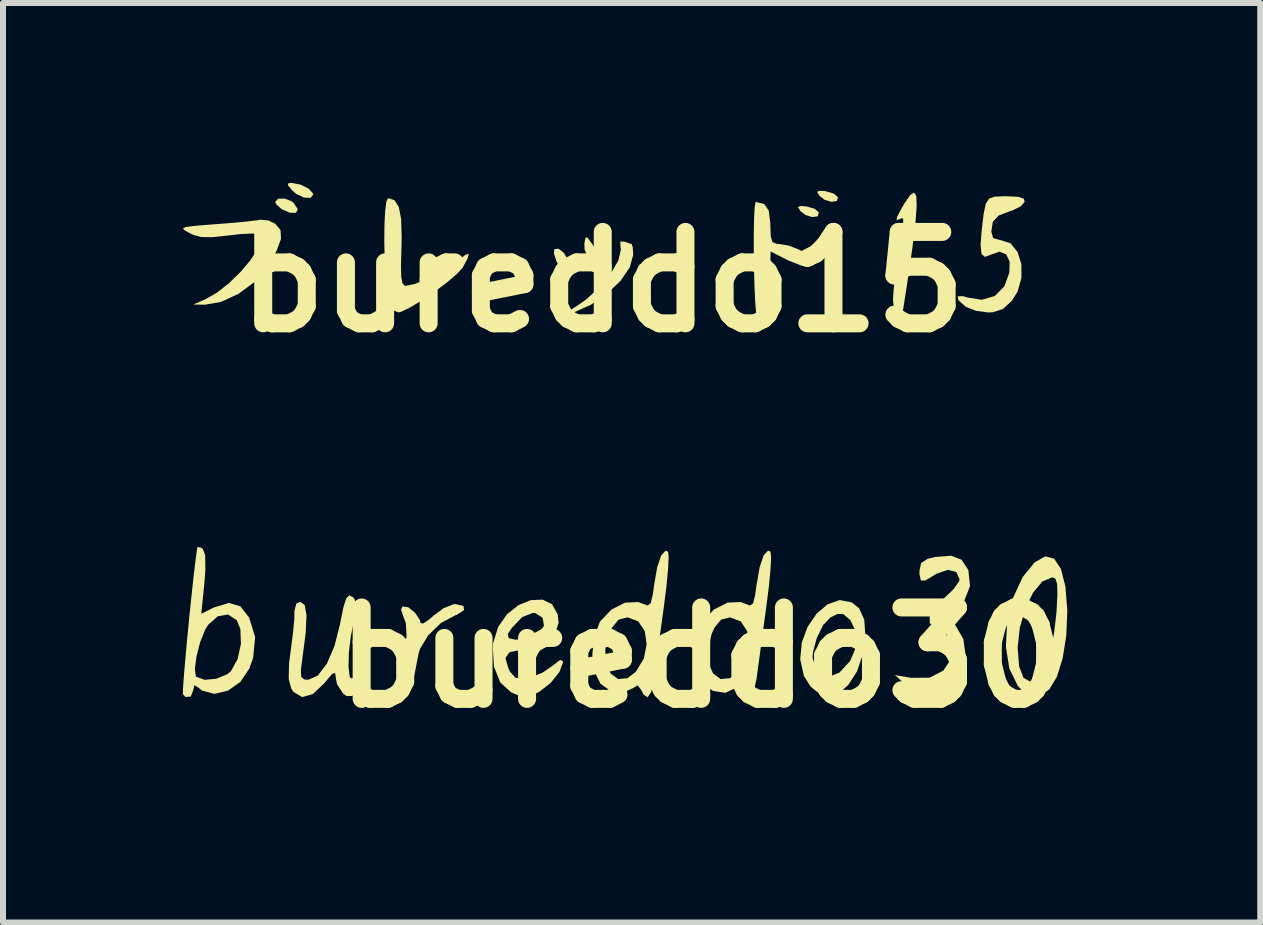
<source format=kicad_pcb>
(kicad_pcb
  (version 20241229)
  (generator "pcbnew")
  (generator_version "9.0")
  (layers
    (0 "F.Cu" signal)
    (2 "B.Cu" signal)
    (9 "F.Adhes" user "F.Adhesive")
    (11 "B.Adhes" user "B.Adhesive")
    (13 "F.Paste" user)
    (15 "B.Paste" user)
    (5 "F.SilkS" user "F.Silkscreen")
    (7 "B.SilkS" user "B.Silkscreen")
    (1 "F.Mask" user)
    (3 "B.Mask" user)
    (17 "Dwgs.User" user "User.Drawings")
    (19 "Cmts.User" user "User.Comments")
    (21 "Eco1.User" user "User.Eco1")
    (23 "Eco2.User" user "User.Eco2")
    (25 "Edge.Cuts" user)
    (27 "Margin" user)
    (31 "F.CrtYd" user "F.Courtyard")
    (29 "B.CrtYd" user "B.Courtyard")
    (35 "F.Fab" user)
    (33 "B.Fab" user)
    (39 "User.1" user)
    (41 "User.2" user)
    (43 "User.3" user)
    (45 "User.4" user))
  (footprint "bureddo30"
    (layer "F.Cu")
    (at 8.64 7.912)
    (property "Reference" "bureddo30" (at 0 0 0) (layer "F.SilkS") (effects (font (size 1.524 1.524) (thickness 0.3))))
    (attr board_only exclude_from_pos_files exclude_from_bom)
    (fp_poly (pts (xy -3.962 -0.86) (xy -3.953 -0.789) (xy -4.071 -0.713) (xy -4.103 -0.702) (xy -4.338 -0.576) (xy -4.55 -0.371) (xy -4.69 -0.14) (xy -4.712 -0.064) (xy -4.759 0.177) (xy -4.796 0.371) (xy -4.853 0.539) (xy -4.924 0.594) (xy -4.988 0.52) (xy -4.991 0.511) (xy -4.995 0.399) (xy -4.978 0.188) (xy -4.947 -0.053) (xy -4.912 -0.369) (xy -4.924 -0.574) (xy -4.961 -0.672) (xy -5.004 -0.798) (xy -4.98 -0.851) (xy -4.884 -0.838) (xy -4.769 -0.745) (xy -4.689 -0.624) (xy -4.679 -0.575) (xy -4.633 -0.567) (xy -4.519 -0.647) (xy -4.471 -0.692) (xy -4.293 -0.823) (xy -4.124 -0.889) (xy -4.099 -0.891)) (stroke (width 0) (type solid)) (fill yes) (layer "F.SilkS"))
    (fp_poly (pts (xy 2.508 -0.92) (xy 2.633 -0.821) (xy 2.719 -0.63) (xy 2.737 -0.359) (xy 2.695 -0.056) (xy 2.599 0.23) (xy 2.457 0.451) (xy 2.448 0.46) (xy 2.292 0.603) (xy 2.177 0.654) (xy 2.043 0.628) (xy 1.961 0.596) (xy 1.824 0.485) (xy 1.713 0.308) (xy 1.651 0.03) (xy 1.653 0.006) (xy 1.857 0.006) (xy 1.907 0.164) (xy 1.973 0.254) (xy 2.128 0.322) (xy 2.305 0.251) (xy 2.484 0.057) (xy 2.582 -0.178) (xy 2.583 -0.424) (xy 2.488 -0.62) (xy 2.483 -0.626) (xy 2.37 -0.723) (xy 2.273 -0.726) (xy 2.157 -0.67) (xy 2.034 -0.541) (xy 1.927 -0.326) (xy 1.864 -0.088) (xy 1.857 0.006) (xy 1.653 0.006) (xy 1.678 -0.251) (xy 1.775 -0.513) (xy 1.925 -0.732) (xy 2.109 -0.888) (xy 2.309 -0.958)) (stroke (width 0) (type solid)) (fill yes) (layer "F.SilkS"))
    (fp_poly (pts (xy 5.885 -1.647) (xy 5.998 -1.476) (xy 6.073 -1.181) (xy 6.104 -0.781) (xy 6.087 -0.363) (xy 6.026 0.016) (xy 5.93 0.323) (xy 5.808 0.525) (xy 5.769 0.558) (xy 5.582 0.655) (xy 5.433 0.628) (xy 5.282 0.478) (xy 5.138 0.186) (xy 5.083 -0.162) (xy 5.276 -0.162) (xy 5.301 0.148) (xy 5.373 0.338) (xy 5.48 0.4) (xy 5.61 0.328) (xy 5.75 0.114) (xy 5.758 0.097) (xy 5.824 -0.107) (xy 5.882 -0.4) (xy 5.92 -0.721) (xy 5.923 -0.751) (xy 5.939 -1.05) (xy 5.934 -1.228) (xy 5.906 -1.315) (xy 5.852 -1.337) (xy 5.689 -1.268) (xy 5.534 -1.083) (xy 5.403 -0.815) (xy 5.312 -0.495) (xy 5.276 -0.162) (xy 5.083 -0.162) (xy 5.08 -0.182) (xy 5.101 -0.587) (xy 5.196 -0.987) (xy 5.361 -1.343) (xy 5.56 -1.587) (xy 5.737 -1.687)) (stroke (width 0) (type solid)) (fill yes) (layer "F.SilkS"))
    (fp_poly (pts (xy 4.342 -1.63) (xy 4.452 -1.46) (xy 4.455 -1.45) (xy 4.482 -1.191) (xy 4.387 -0.947) (xy 4.238 -0.803) (xy 4.138 -0.728) (xy 4.146 -0.655) (xy 4.226 -0.559) (xy 4.37 -0.31) (xy 4.41 -0.032) (xy 4.358 0.24) (xy 4.224 0.47) (xy 4.022 0.624) (xy 3.812 0.668) (xy 3.649 0.62) (xy 3.464 0.502) (xy 3.439 0.481) (xy 3.231 0.293) (xy 3.501 0.339) (xy 3.81 0.336) (xy 4.04 0.216) (xy 4.163 0.028) (xy 4.187 -0.205) (xy 4.087 -0.393) (xy 3.936 -0.483) (xy 3.809 -0.574) (xy 3.812 -0.716) (xy 3.943 -0.895) (xy 4.048 -0.987) (xy 4.206 -1.137) (xy 4.298 -1.268) (xy 4.308 -1.305) (xy 4.252 -1.427) (xy 4.112 -1.461) (xy 3.927 -1.398) (xy 3.901 -1.382) (xy 3.738 -1.285) (xy 3.662 -1.285) (xy 3.64 -1.389) (xy 3.639 -1.445) (xy 3.667 -1.576) (xy 3.778 -1.647) (xy 3.899 -1.676) (xy 4.168 -1.697)) (stroke (width 0) (type solid)) (fill yes) (layer "F.SilkS"))
    (fp_poly (pts (xy -2.486 -0.888) (xy -2.392 -0.718) (xy -2.377 -0.581) (xy -2.444 -0.368) (xy -2.636 -0.216) (xy -2.936 -0.136) (xy -2.993 -0.131) (xy -3.194 -0.09) (xy -3.264 0.008) (xy -3.213 0.183) (xy -3.187 0.236) (xy -3.095 0.339) (xy -2.948 0.353) (xy -2.875 0.341) (xy -2.647 0.254) (xy -2.473 0.134) (xy -2.351 0.04) (xy -2.305 0.06) (xy -2.304 0.08) (xy -2.364 0.242) (xy -2.508 0.422) (xy -2.695 0.569) (xy -2.725 0.585) (xy -2.885 0.652) (xy -3.017 0.645) (xy -3.17 0.58) (xy -3.349 0.416) (xy -3.455 0.152) (xy -3.475 -0.175) (xy -3.468 -0.243) (xy -3.422 -0.39) (xy -3.224 -0.39) (xy -3.209 -0.323) (xy -3.099 -0.297) (xy -2.94 -0.309) (xy -2.778 -0.36) (xy -2.713 -0.398) (xy -2.621 -0.529) (xy -2.643 -0.662) (xy -2.763 -0.739) (xy -2.808 -0.743) (xy -2.983 -0.675) (xy -3.16 -0.49) (xy -3.224 -0.39) (xy -3.422 -0.39) (xy -3.386 -0.508) (xy -3.237 -0.721) (xy -3.046 -0.873) (xy -2.84 -0.957) (xy -2.644 -0.965)) (stroke (width 0) (type solid)) (fill yes) (layer "F.SilkS"))
    (fp_poly (pts (xy -5.801 -1.002) (xy -5.786 -0.989) (xy -5.745 -0.869) (xy -5.779 -0.648) (xy -5.788 -0.614) (xy -5.841 -0.357) (xy -5.873 -0.087) (xy -5.88 0.152) (xy -5.861 0.312) (xy -5.844 0.345) (xy -5.757 0.344) (xy -5.683 0.299) (xy -5.592 0.249) (xy -5.576 0.298) (xy -5.632 0.418) (xy -5.71 0.528) (xy -5.822 0.641) (xy -5.911 0.643) (xy -5.97 0.601) (xy -6.07 0.447) (xy -6.091 0.344) (xy -6.102 0.258) (xy -6.149 0.271) (xy -6.254 0.392) (xy -6.282 0.427) (xy -6.475 0.61) (xy -6.652 0.66) (xy -6.797 0.574) (xy -6.835 0.515) (xy -6.877 0.355) (xy -6.871 0.1) (xy -6.841 -0.134) (xy -6.805 -0.412) (xy -6.783 -0.647) (xy -6.781 -0.78) (xy -6.748 -0.903) (xy -6.684 -0.928) (xy -6.61 -0.875) (xy -6.58 -0.707) (xy -6.593 -0.416) (xy -6.644 -0.019) (xy -6.674 0.208) (xy -6.668 0.324) (xy -6.618 0.366) (xy -6.551 0.371) (xy -6.392 0.301) (xy -6.242 0.105) (xy -6.113 -0.193) (xy -6.023 -0.551) (xy -5.966 -0.832) (xy -5.918 -0.987) (xy -5.866 -1.037)) (stroke (width 0) (type solid)) (fill yes) (layer "F.SilkS"))
    (fp_poly (pts (xy -0.552 -1.765) (xy -0.542 -1.676) (xy -0.552 -1.471) (xy -0.58 -1.18) (xy -0.623 -0.839) (xy -0.675 -0.459) (xy -0.724 -0.102) (xy -0.763 0.19) (xy -0.785 0.353) (xy -0.832 0.574) (xy -0.895 0.663) (xy -0.965 0.613) (xy -0.997 0.545) (xy -1.058 0.465) (xy -1.131 0.507) (xy -1.306 0.589) (xy -1.512 0.556) (xy -1.678 0.438) (xy -1.779 0.233) (xy -1.815 -0.046) (xy -1.806 -0.135) (xy -1.599 -0.135) (xy -1.587 0.095) (xy -1.51 0.267) (xy -1.385 0.359) (xy -1.23 0.345) (xy -1.089 0.237) (xy -0.956 0.017) (xy -0.909 -0.221) (xy -0.941 -0.44) (xy -1.048 -0.602) (xy -1.222 -0.668) (xy -1.232 -0.668) (xy -1.377 -0.632) (xy -1.484 -0.501) (xy -1.532 -0.398) (xy -1.599 -0.135) (xy -1.806 -0.135) (xy -1.785 -0.341) (xy -1.69 -0.592) (xy -1.681 -0.606) (xy -1.494 -0.801) (xy -1.268 -0.915) (xy -1.05 -0.925) (xy -0.981 -0.899) (xy -0.894 -0.866) (xy -0.842 -0.905) (xy -0.808 -1.043) (xy -0.785 -1.209) (xy -0.733 -1.507) (xy -0.666 -1.704) (xy -0.594 -1.782)) (stroke (width 0) (type solid)) (fill yes) (layer "F.SilkS"))
    (fp_poly (pts (xy 1.156 -1.765) (xy 1.166 -1.676) (xy 1.156 -1.471) (xy 1.128 -1.18) (xy 1.085 -0.839) (xy 1.033 -0.459) (xy 0.985 -0.102) (xy 0.945 0.19) (xy 0.923 0.353) (xy 0.876 0.574) (xy 0.813 0.663) (xy 0.743 0.613) (xy 0.711 0.545) (xy 0.65 0.465) (xy 0.577 0.507) (xy 0.402 0.589) (xy 0.196 0.556) (xy 0.03 0.438) (xy -0.071 0.233) (xy -0.107 -0.046) (xy -0.098 -0.135) (xy 0.109 -0.135) (xy 0.122 0.095) (xy 0.199 0.267) (xy 0.323 0.359) (xy 0.478 0.345) (xy 0.619 0.237) (xy 0.752 0.017) (xy 0.799 -0.221) (xy 0.767 -0.44) (xy 0.66 -0.602) (xy 0.486 -0.668) (xy 0.476 -0.668) (xy 0.332 -0.632) (xy 0.224 -0.501) (xy 0.176 -0.398) (xy 0.109 -0.135) (xy -0.098 -0.135) (xy -0.077 -0.341) (xy 0.018 -0.592) (xy 0.027 -0.606) (xy 0.214 -0.801) (xy 0.44 -0.915) (xy 0.658 -0.925) (xy 0.728 -0.899) (xy 0.814 -0.866) (xy 0.866 -0.905) (xy 0.9 -1.043) (xy 0.923 -1.209) (xy 0.975 -1.507) (xy 1.042 -1.704) (xy 1.114 -1.782)) (stroke (width 0) (type solid)) (fill yes) (layer "F.SilkS"))
    (fp_poly (pts (xy -8.343 -1.833) (xy -8.311 -1.815) (xy -8.269 -1.707) (xy -8.266 -1.458) (xy -8.282 -1.248) (xy -8.334 -0.73) (xy -8.122 -0.835) (xy -7.873 -0.91) (xy -7.683 -0.854) (xy -7.537 -0.666) (xy -7.436 -0.341) (xy -7.47 0.005) (xy -7.532 0.182) (xy -7.682 0.406) (xy -7.889 0.552) (xy -8.115 0.606) (xy -8.319 0.552) (xy -8.378 0.505) (xy -8.45 0.461) (xy -8.467 0.542) (xy -8.51 0.651) (xy -8.597 0.658) (xy -8.64 0.613) (xy -8.64 0.531) (xy -8.626 0.332) (xy -8.614 0.188) (xy -8.441 0.188) (xy -8.425 0.312) (xy -8.418 0.321) (xy -8.278 0.372) (xy -8.082 0.354) (xy -7.9 0.278) (xy -7.841 0.229) (xy -7.728 0.026) (xy -7.673 -0.23) (xy -7.683 -0.477) (xy -7.743 -0.622) (xy -7.888 -0.717) (xy -8.059 -0.688) (xy -8.218 -0.547) (xy -8.272 -0.459) (xy -8.355 -0.25) (xy -8.414 -0.017) (xy -8.441 0.188) (xy -8.614 0.188) (xy -8.602 0.046) (xy -8.571 -0.297) (xy -8.535 -0.666) (xy -8.497 -1.032) (xy -8.461 -1.364) (xy -8.429 -1.632) (xy -8.405 -1.806) (xy -8.398 -1.843)) (stroke (width 0) (type solid)) (fill yes) (layer "F.SilkS")))
  (footprint "bureddo15"
    (layer "F.Cu")
    (at 6.999 1.651)
    (property "Reference" "bureddo15" (at 0 0 0) (layer "F.SilkS") (effects (font (size 1.524 1.524) (thickness 0.3))))
    (attr board_only exclude_from_pos_files exclude_from_bom)
    (fp_poly (pts (xy 3.396 -1.26) (xy 3.536 -1.219) (xy 3.604 -1.159) (xy 3.584 -1.095) (xy 3.494 -1.082) (xy 3.379 -1.117) (xy 3.298 -1.18) (xy 3.254 -1.249) (xy 3.303 -1.267)) (stroke (width 0) (type solid)) (fill yes) (layer "F.SilkS"))
    (fp_poly (pts (xy 3.713 -1.514) (xy 3.853 -1.473) (xy 3.922 -1.413) (xy 3.901 -1.349) (xy 3.811 -1.336) (xy 3.697 -1.371) (xy 3.615 -1.434) (xy 3.572 -1.503) (xy 3.62 -1.521)) (stroke (width 0) (type solid)) (fill yes) (layer "F.SilkS"))
    (fp_poly (pts (xy -5.187 -1.346) (xy -5.156 -1.321) (xy -5.085 -1.213) (xy -5.114 -1.153) (xy -5.22 -1.155) (xy -5.35 -1.212) (xy -5.441 -1.291) (xy -5.461 -1.337) (xy -5.412 -1.388) (xy -5.303 -1.39)) (stroke (width 0) (type solid)) (fill yes) (layer "F.SilkS"))
    (fp_poly (pts (xy -0.643 -0.479) (xy -0.581 -0.368) (xy -0.572 -0.31) (xy -0.6 -0.207) (xy -0.669 -0.208) (xy -0.752 -0.307) (xy -0.774 -0.35) (xy -0.814 -0.479) (xy -0.806 -0.549) (xy -0.731 -0.553)) (stroke (width 0) (type solid)) (fill yes) (layer "F.SilkS"))
    (fp_poly (pts (xy -5.035 -1.622) (xy -4.9 -1.553) (xy -4.828 -1.472) (xy -4.826 -1.458) (xy -4.872 -1.402) (xy -4.98 -1.407) (xy -5.107 -1.465) (xy -5.175 -1.524) (xy -5.251 -1.616) (xy -5.238 -1.648) (xy -5.181 -1.651)) (stroke (width 0) (type solid)) (fill yes) (layer "F.SilkS"))
    (fp_poly (pts (xy -0.255 -0.74) (xy -0.182 -0.641) (xy -0.164 -0.616) (xy -0.102 -0.48) (xy -0.101 -0.378) (xy -0.149 -0.338) (xy -0.234 -0.39) (xy -0.249 -0.407) (xy -0.303 -0.542) (xy -0.306 -0.647) (xy -0.287 -0.74)) (stroke (width 0) (type solid)) (fill yes) (layer "F.SilkS"))
    (fp_poly (pts (xy 0.359 -0.672) (xy 0.458 -0.639) (xy 0.481 -0.635) (xy 0.5 -0.58) (xy 0.508 -0.453) (xy 0.451 -0.245) (xy 0.298 -0.021) (xy 0.074 0.194) (xy -0.198 0.38) (xy -0.492 0.512) (xy -0.572 0.535) (xy -0.663 0.555) (xy -0.65 0.535) (xy -0.54 0.471) (xy -0.286 0.3) (xy -0.055 0.089) (xy 0.133 -0.138) (xy 0.259 -0.356) (xy 0.302 -0.539) (xy 0.296 -0.584) (xy 0.293 -0.674)) (stroke (width 0) (type solid)) (fill yes) (layer "F.SilkS"))
    (fp_poly (pts (xy 5.227 -1.435) (xy 5.234 -1.27) (xy 5.214 -0.993) (xy 5.166 -0.598) (xy 5.143 -0.435) (xy 5.094 -0.1) (xy 5.05 0.189) (xy 5.016 0.407) (xy 4.993 0.534) (xy 4.987 0.557) (xy 4.94 0.53) (xy 4.887 0.473) (xy 4.852 0.407) (xy 4.838 0.304) (xy 4.848 0.139) (xy 4.881 -0.113) (xy 4.91 -0.306) (xy 4.962 -0.633) (xy 4.994 -0.853) (xy 5.009 -0.986) (xy 5.008 -1.051) (xy 4.99 -1.066) (xy 4.959 -1.051) (xy 4.953 -1.048) (xy 4.899 -1.029) (xy 4.907 -1.085) (xy 4.982 -1.228) (xy 5.025 -1.302) (xy 5.123 -1.446) (xy 5.189 -1.492)) (stroke (width 0) (type solid)) (fill yes) (layer "F.SilkS"))
    (fp_poly (pts (xy 2.691 -1.3) (xy 2.768 -1.188) (xy 2.794 -0.976) (xy 2.794 -0.946) (xy 2.801 -0.758) (xy 2.83 -0.665) (xy 2.895 -0.636) (xy 2.923 -0.635) (xy 3.095 -0.608) (xy 3.275 -0.539) (xy 3.421 -0.451) (xy 3.491 -0.364) (xy 3.493 -0.352) (xy 3.448 -0.269) (xy 3.314 -0.271) (xy 3.088 -0.361) (xy 3.048 -0.381) (xy 2.799 -0.508) (xy 2.781 0.042) (xy 2.759 0.355) (xy 2.719 0.555) (xy 2.662 0.638) (xy 2.591 0.599) (xy 2.571 0.57) (xy 2.554 0.485) (xy 2.54 0.305) (xy 2.529 0.059) (xy 2.521 -0.228) (xy 2.518 -0.528) (xy 2.518 -0.815) (xy 2.523 -1.062) (xy 2.532 -1.242) (xy 2.546 -1.329) (xy 2.551 -1.334)) (stroke (width 0) (type solid)) (fill yes) (layer "F.SilkS"))
    (fp_poly (pts (xy -5.572 -1.025) (xy -5.46 -0.97) (xy -5.372 -0.866) (xy -5.364 -0.719) (xy -5.439 -0.515) (xy -5.597 -0.242) (xy -5.803 -0.002) (xy -6.073 0.198) (xy -6.366 0.333) (xy -6.632 0.379) (xy -6.826 0.376) (xy -6.627 0.289) (xy -6.43 0.177) (xy -6.228 0.017) (xy -6.037 -0.169) (xy -5.874 -0.363) (xy -5.754 -0.543) (xy -5.695 -0.69) (xy -5.712 -0.783) (xy -5.737 -0.799) (xy -5.842 -0.808) (xy -6.031 -0.799) (xy -6.263 -0.773) (xy -6.518 -0.746) (xy -6.692 -0.749) (xy -6.826 -0.785) (xy -6.89 -0.816) (xy -6.972 -0.862) (xy -6.999 -0.894) (xy -6.954 -0.916) (xy -6.823 -0.934) (xy -6.588 -0.953) (xy -6.445 -0.964) (xy -6.164 -0.986) (xy -5.923 -1.009) (xy -5.755 -1.029) (xy -5.703 -1.038)) (stroke (width 0) (type solid)) (fill yes) (layer "F.SilkS"))
    (fp_poly (pts (xy -3.472 -1.363) (xy -3.401 -1.253) (xy -3.362 -1.053) (xy -3.352 -0.748) (xy -3.356 -0.562) (xy -3.364 -0.271) (xy -3.359 -0.084) (xy -3.341 0.018) (xy -3.306 0.059) (xy -3.282 0.064) (xy -3.123 0.03) (xy -2.906 -0.058) (xy -2.674 -0.179) (xy -2.471 -0.312) (xy -2.428 -0.346) (xy -2.288 -0.454) (xy -2.232 -0.468) (xy -2.256 -0.386) (xy -2.334 -0.243) (xy -2.428 -0.137) (xy -2.595 0.006) (xy -2.803 0.162) (xy -3.022 0.31) (xy -3.22 0.43) (xy -3.368 0.499) (xy -3.411 0.508) (xy -3.504 0.464) (xy -3.55 0.419) (xy -3.582 0.324) (xy -3.607 0.139) (xy -3.625 -0.109) (xy -3.637 -0.393) (xy -3.642 -0.686) (xy -3.639 -0.96) (xy -3.627 -1.188) (xy -3.607 -1.343) (xy -3.58 -1.397)) (stroke (width 0) (type solid)) (fill yes) (layer "F.SilkS"))
    (fp_poly (pts (xy 6.732 -1.429) (xy 6.927 -1.42) (xy 7.02 -1.389) (xy 7.034 -1.336) (xy 6.966 -1.259) (xy 6.823 -1.19) (xy 6.794 -1.181) (xy 6.6 -1.107) (xy 6.504 -1.004) (xy 6.478 -0.842) (xy 6.478 -0.841) (xy 6.508 -0.731) (xy 6.623 -0.699) (xy 6.632 -0.699) (xy 6.799 -0.644) (xy 6.916 -0.5) (xy 6.979 -0.298) (xy 6.98 -0.068) (xy 6.916 0.161) (xy 6.821 0.313) (xy 6.67 0.452) (xy 6.501 0.505) (xy 6.422 0.508) (xy 6.223 0.481) (xy 6.056 0.416) (xy 6.047 0.409) (xy 5.93 0.305) (xy 5.916 0.241) (xy 6.001 0.235) (xy 6.075 0.258) (xy 6.32 0.297) (xy 6.537 0.233) (xy 6.692 0.076) (xy 6.7 0.061) (xy 6.778 -0.156) (xy 6.784 -0.338) (xy 6.726 -0.461) (xy 6.614 -0.505) (xy 6.472 -0.456) (xy 6.371 -0.418) (xy 6.315 -0.467) (xy 6.299 -0.616) (xy 6.319 -0.874) (xy 6.351 -1.139) (xy 6.385 -1.303) (xy 6.44 -1.389) (xy 6.533 -1.423) (xy 6.683 -1.429)) (stroke (width 0) (type solid)) (fill yes) (layer "F.SilkS")))
  (gr_rect
    (start -3 -3)
    (end 17.961 12.33)
    (stroke (width 0.1) (type default))
    (fill no)
    (layer "Edge.Cuts")))
</source>
